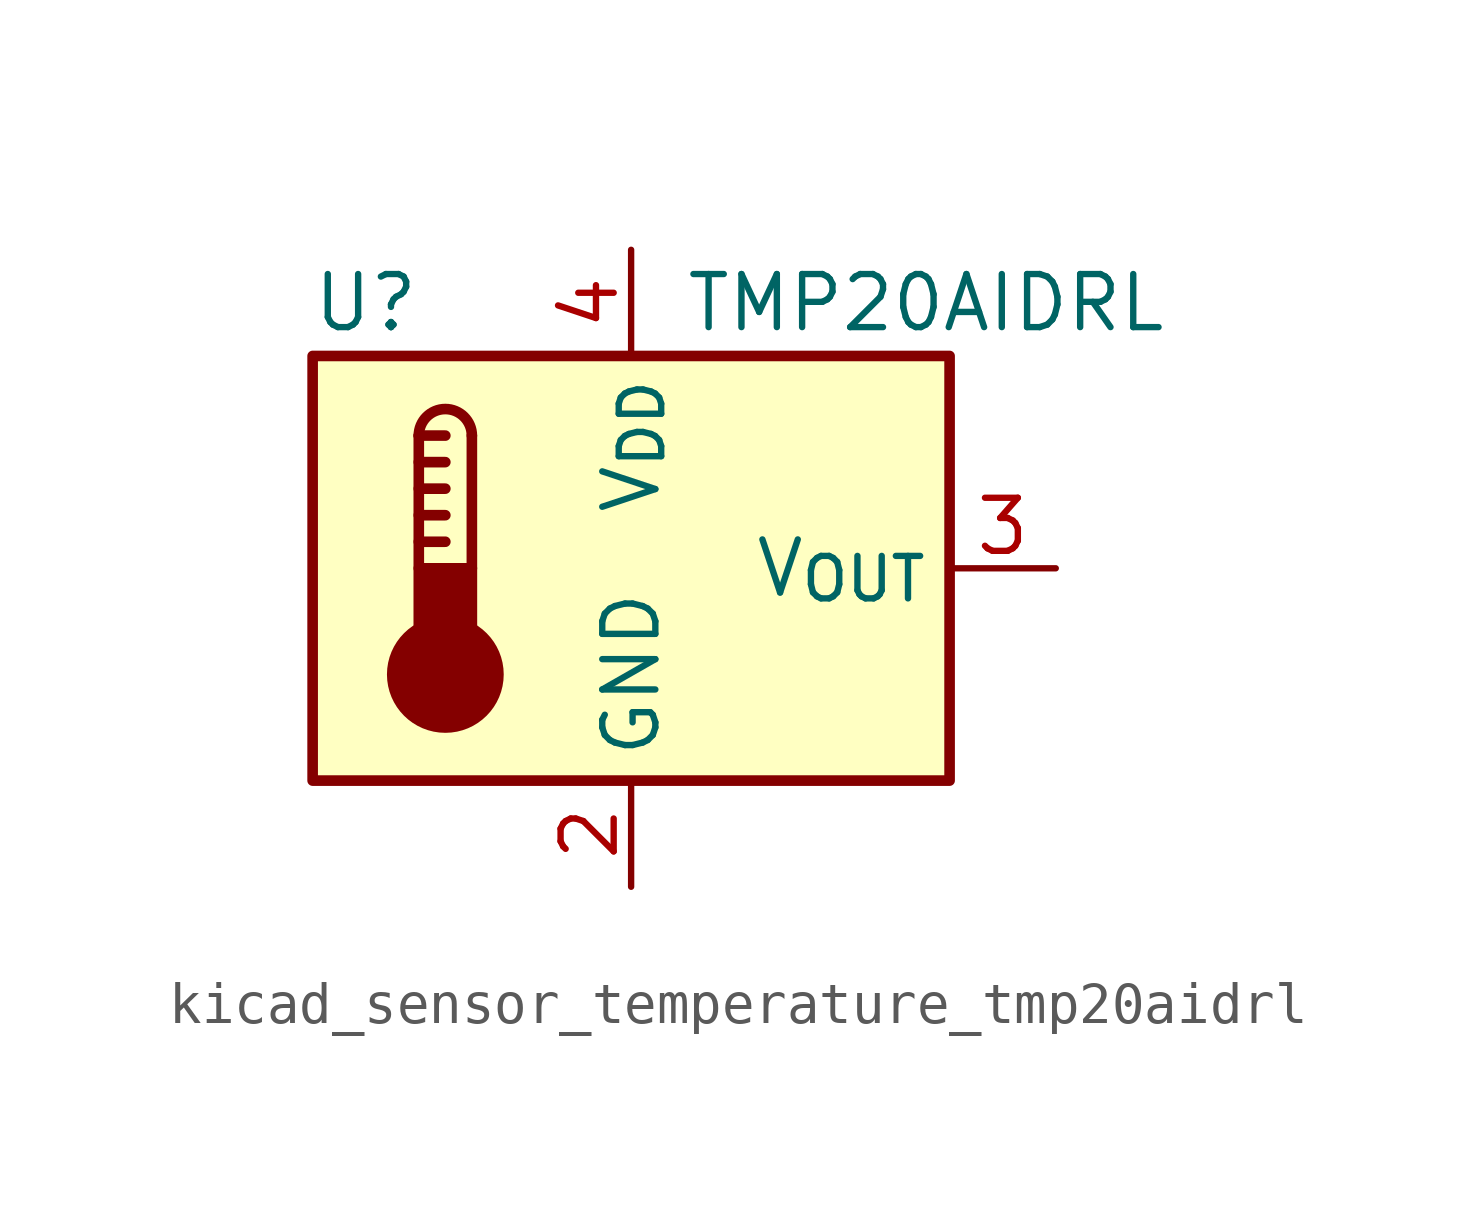
<source format=kicad_sym>
(kicad_symbol_lib
  (version 20220914)
  (generator kicad_symbol_editor)
  (symbol "kicad_sensor_temperature_tmp20aidrl"
    (property "Reference" "U"
      (at -6.35 6.35 0)
      (effects (font (size 1.27 1.27))))
    (property "Value" "TMP20AIDRL"
      (at 1.27 6.35 0)
      (effects (font (size 1.27 1.27)) (justify left)))
    (symbol "kicad_sensor_temperature_tmp20aidrl_0_1"
      (rectangle (start -7.62 5.08) (end 7.62 -5.08) (stroke (width 0.254) (type default)) (fill (type background)))
      (circle (center -4.445 -2.54) (radius 1.27) (stroke (width 0.254) (type default)) (fill (type outline)))
      (rectangle (start -3.81 -1.905) (end -5.08 0) (stroke (width 0.254) (type default)) (fill (type outline)))
      (arc (start -3.81 3.175) (mid -4.445 3.8073) (end -5.08 3.175) (stroke (width 0.254) (type default)) (fill (type none)))
      (polyline (pts (xy -5.08 0.635) (xy -4.445 0.635)) (stroke (width 0.254) (type default)) (fill (type none)))
      (polyline (pts (xy -5.08 1.27) (xy -4.445 1.27)) (stroke (width 0.254) (type default)) (fill (type none)))
      (polyline (pts (xy -5.08 1.905) (xy -4.445 1.905)) (stroke (width 0.254) (type default)) (fill (type none)))
      (polyline (pts (xy -5.08 2.54) (xy -4.445 2.54)) (stroke (width 0.254) (type default)) (fill (type none)))
      (polyline (pts (xy -5.08 3.175) (xy -5.08 0)) (stroke (width 0.254) (type default)) (fill (type none)))
      (polyline (pts (xy -5.08 3.175) (xy -4.445 3.175)) (stroke (width 0.254) (type default)) (fill (type none)))
      (polyline (pts (xy -3.81 3.175) (xy -3.81 0)) (stroke (width 0.254) (type default)) (fill (type none))))
    (symbol "kicad_sensor_temperature_tmp20aidrl_1_1"
      (pin no_connect line (at 7.62 -2.54 180) (length 2.54) hide (name "NC" (effects (font (size 1.27 1.27)))) (number "1" (effects (font (size 1.27 1.27)))))
      (pin power_in line (at 0 -7.62 90) (length 2.54) (name "GND" (effects (font (size 1.27 1.27)))) (number "2" (effects (font (size 1.27 1.27)))))
      (pin output line (at 10.16 0 180) (length 2.54) (name "V_{OUT}" (effects (font (size 1.27 1.27)))) (number "3" (effects (font (size 1.27 1.27)))))
      (pin power_in line (at 0 7.62 270) (length 2.54) (name "V_{DD}" (effects (font (size 1.27 1.27)))) (number "4" (effects (font (size 1.27 1.27)))))
      (pin no_connect line (at 7.62 2.54 180) (length 2.54) hide (name "NC" (effects (font (size 1.27 1.27)))) (number "5" (effects (font (size 1.27 1.27)))))
      (pin passive line (at 0 -7.62 90) (length 2.54) hide (name "GND" (effects (font (size 1.27 1.27)))) (number "6" (effects (font (size 1.27 1.27))))))))
</source>
